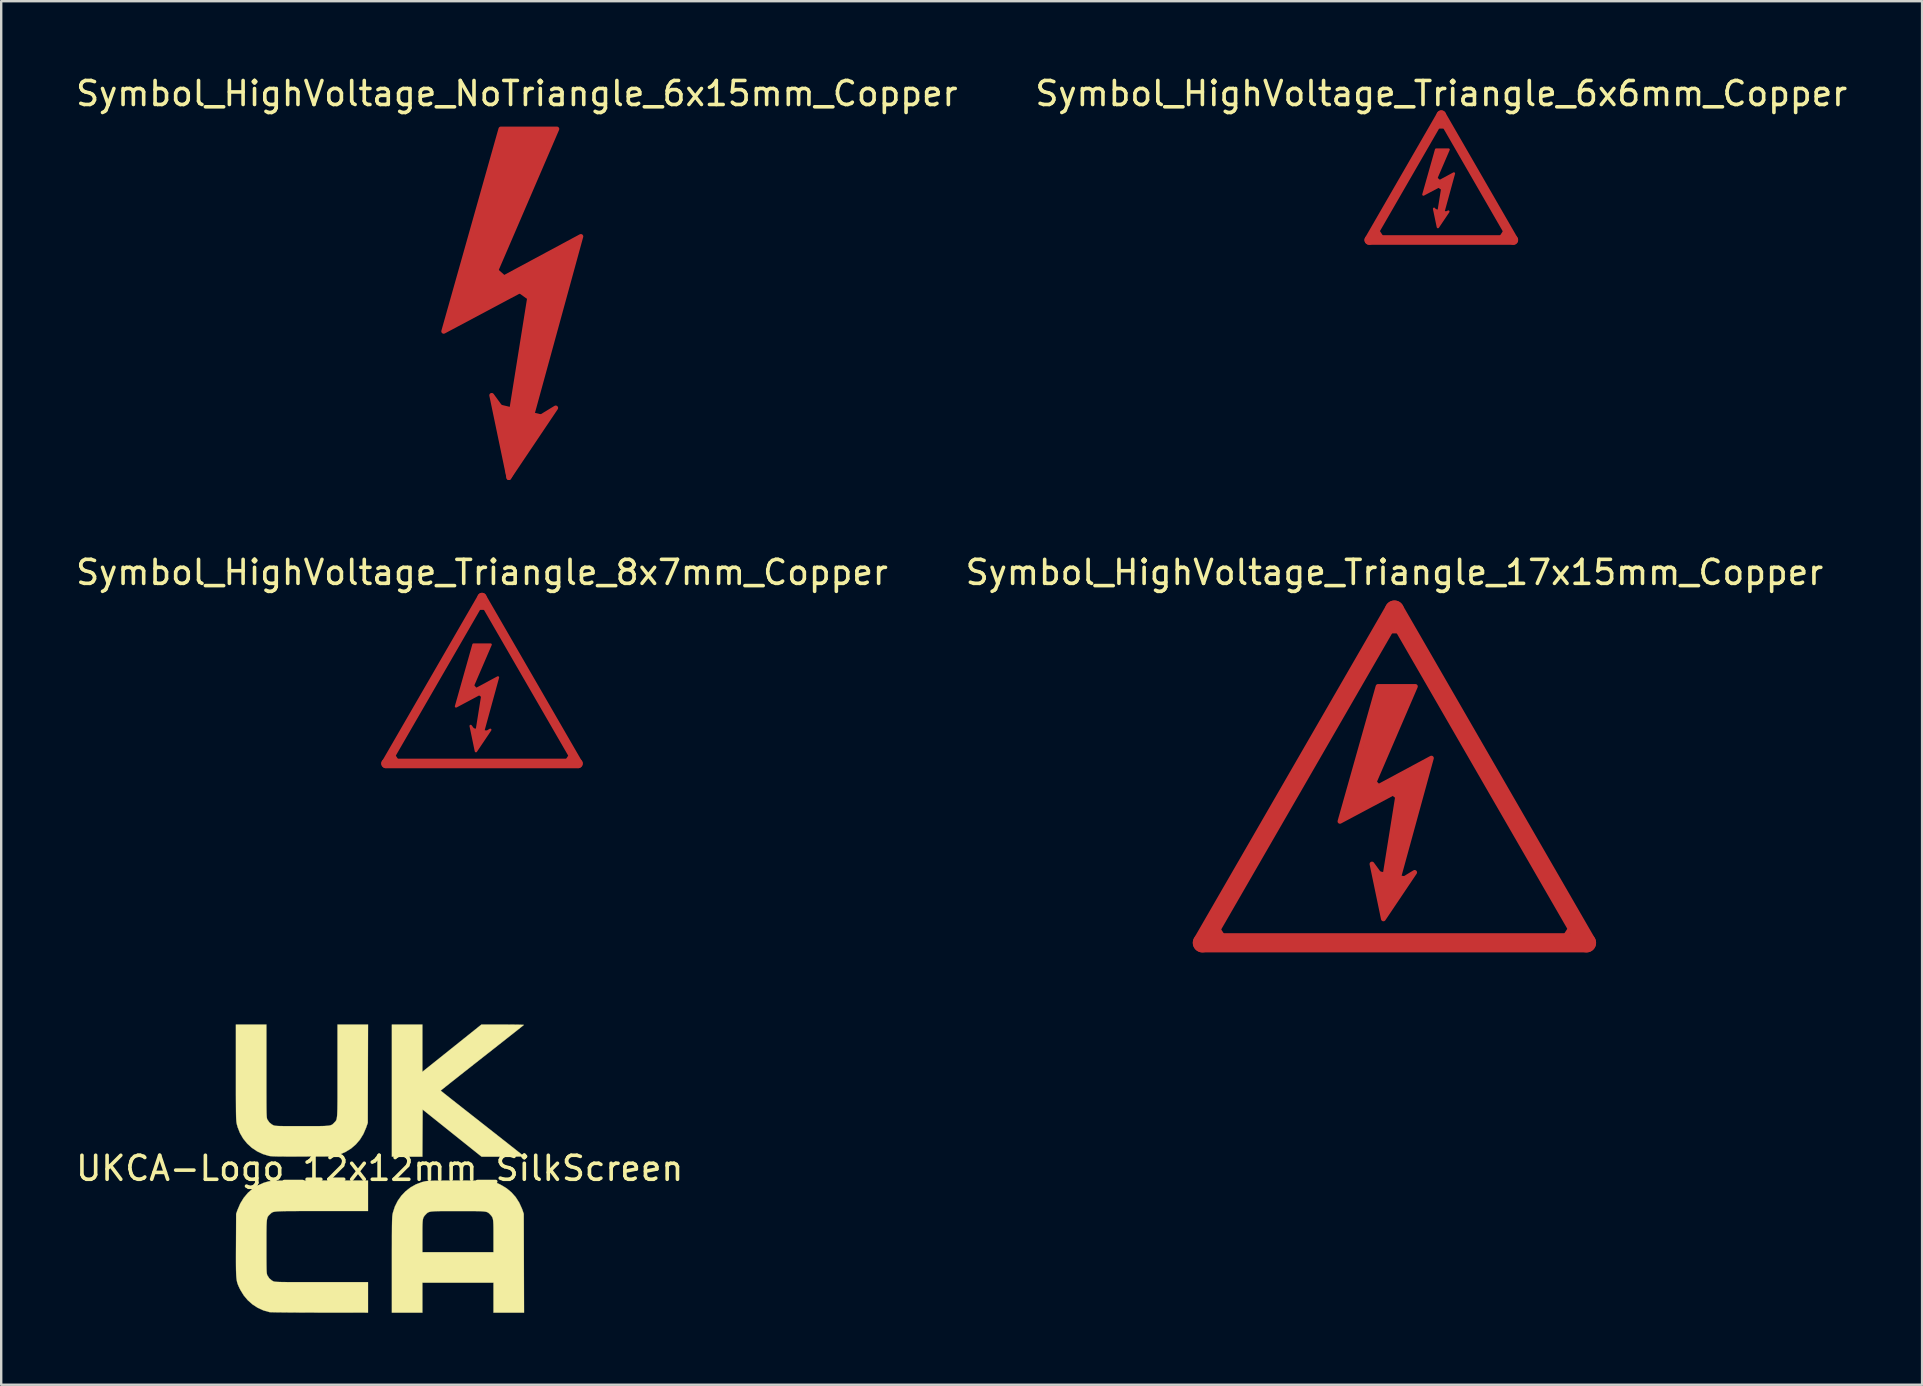
<source format=kicad_pcb>
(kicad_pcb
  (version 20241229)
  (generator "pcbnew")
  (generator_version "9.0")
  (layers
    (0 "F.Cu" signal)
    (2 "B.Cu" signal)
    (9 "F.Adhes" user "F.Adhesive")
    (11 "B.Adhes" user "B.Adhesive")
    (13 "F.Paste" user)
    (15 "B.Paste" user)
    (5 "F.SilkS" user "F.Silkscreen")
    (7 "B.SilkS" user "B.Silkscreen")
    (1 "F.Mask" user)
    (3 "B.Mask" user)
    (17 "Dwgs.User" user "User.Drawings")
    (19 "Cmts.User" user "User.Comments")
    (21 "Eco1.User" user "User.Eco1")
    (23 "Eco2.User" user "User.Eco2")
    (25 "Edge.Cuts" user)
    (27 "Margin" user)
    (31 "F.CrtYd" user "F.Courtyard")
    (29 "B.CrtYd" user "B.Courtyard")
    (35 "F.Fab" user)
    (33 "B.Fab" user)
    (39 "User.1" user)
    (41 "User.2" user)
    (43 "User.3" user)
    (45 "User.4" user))
  (footprint "Symbol_HighVoltage_NoTriangle_6x15mm_Copper"
    (layer "F.Cu")
    (at 18.482 9.348)
    (property "Reference" "Symbol_HighVoltage_NoTriangle_6x15mm_Copper" (at 0 -8.5 0) (layer "F.SilkS") (effects (font (size 1 1) (thickness 0.15))))
    (attr exclude_from_pos_files exclude_from_bom allow_missing_courtyard)
    (fp_poly (pts (xy -0.77 4.54) (xy 1.07 4.98) (xy -0.333 7.501)) (stroke (width 0.2) (type solid)) (fill yes) (layer "F.Cu"))
    (fp_poly (pts (xy 0.619 -0.548) (xy 0.13 -0.28) (xy 0.55 0.02)) (stroke (width 0.2) (type solid)) (fill yes) (layer "F.Cu"))
    (fp_poly (pts (xy -0.88 -1.14) (xy -1.143 -0.5) (xy -0.52 -0.81) (xy -0.89 -1.14)) (stroke (width 0.2) (type solid)) (fill yes) (layer "F.Cu"))
    (fp_poly (pts (xy -1.143 -0.5) (xy 2.667 -2.548) (xy 0.524 5.263) (xy 1.619 4.596) (xy -0.333 7.501) (xy -1.048 4.072) (xy -0.286 5.12) (xy 0.619 -0.548) (xy -3.048 1.405) (xy -0.667 -7.025) (xy 1.667 -7.025)) (stroke (width 0.2) (type solid)) (fill yes) (layer "F.Cu")))
  (footprint "Symbol_HighVoltage_Triangle_8x7mm_Copper"
    (layer "F.Cu")
    (at 17.03 25.297)
    (property "Reference" "Symbol_HighVoltage_Triangle_8x7mm_Copper" (at 0 -4.5 0) (layer "F.SilkS") (effects (font (size 1 1) (thickness 0.15))))
    (attr exclude_from_pos_files exclude_from_bom allow_missing_courtyard)
    (fp_line (start -4 3.46) (end 0 -3.46) (stroke (width 0.381) (type solid)) (layer "F.Cu"))
    (fp_line (start -3.51 3.44) (end -3.776 3.031) (stroke (width 0.2) (type default)) (layer "F.Cu"))
    (fp_line (start -0.45 0.215) (end -0.24 0.44) (stroke (width 0.2) (type default)) (layer "F.Cu"))
    (fp_line (start -0.34 2.095) (end 0.17 2.185) (stroke (width 0.2) (type default)) (layer "F.Cu"))
    (fp_line (start -0.15 -3.04) (end 0.16 -3.04) (stroke (width 0.2) (type default)) (layer "F.Cu"))
    (fp_line (start -0.133 0.479) (end 0.113 0.681) (stroke (width 0.2) (type default)) (layer "F.Cu"))
    (fp_line (start 0 -3.46) (end 4 3.46) (stroke (width 0.381) (type solid)) (layer "F.Cu"))
    (fp_line (start 3.51 3.44) (end 3.776 3.031) (stroke (width 0.2) (type default)) (layer "F.Cu"))
    (fp_line (start 4 3.46) (end -4 3.46) (stroke (width 0.4) (type solid)) (layer "F.Cu"))
    (fp_poly (pts (xy -0.5 0.5) (xy 0.664 -0.126) (xy 0.009 2.261) (xy 0.344 2.057) (xy -0.253 2.945) (xy -0.471 1.897) (xy -0.238 2.217) (xy 0.038 0.485) (xy -1.082 1.082) (xy -0.354 -1.494) (xy 0.359 -1.494)) (stroke (width 0.1) (type solid)) (fill yes) (layer "F.Cu")))
  (footprint "Symbol_HighVoltage_Triangle_6x6mm_Copper"
    (layer "F.Cu")
    (at 56.994 4.348)
    (property "Reference" "Symbol_HighVoltage_Triangle_6x6mm_Copper" (at 0 -3.5 0) (layer "F.SilkS") (effects (font (size 1 1) (thickness 0.15))))
    (attr exclude_from_pos_files exclude_from_bom allow_missing_courtyard)
    (fp_line (start -3 2.6) (end 0 -2.6) (stroke (width 0.4) (type solid)) (layer "F.Cu"))
    (fp_line (start -2.457 2.565) (end -2.723 2.155) (stroke (width 0.2) (type default)) (layer "F.Cu"))
    (fp_line (start -0.28 0.03) (end -0.08 0.21) (stroke (width 0.2) (type default)) (layer "F.Cu"))
    (fp_line (start -0.26 1.36) (end 0.21 1.46) (stroke (width 0.102) (type default)) (layer "F.Cu"))
    (fp_line (start -0.135 0.295) (end 0.115 0.465) (stroke (width 0.2) (type default)) (layer "F.Cu"))
    (fp_line (start -0.125 -2.14) (end 0.125 -2.14) (stroke (width 0.2) (type default)) (layer "F.Cu"))
    (fp_line (start 0 -2.6) (end 3 2.6) (stroke (width 0.4) (type solid)) (layer "F.Cu"))
    (fp_line (start 2.467 2.565) (end 2.733 2.155) (stroke (width 0.2) (type default)) (layer "F.Cu"))
    (fp_line (start 3 2.6) (end -3 2.6) (stroke (width 0.4) (type solid)) (layer "F.Cu"))
    (fp_poly (pts (xy -0.321 0.284) (xy 0.525 -0.171) (xy 0.049 1.565) (xy 0.293 1.416) (xy -0.141 2.062) (xy -0.3 1.3) (xy -0.131 1.533) (xy 0.07 0.273) (xy -0.745 0.707) (xy -0.215 -1.166) (xy 0.303 -1.166)) (stroke (width 0.1) (type solid)) (fill yes) (layer "F.Cu")))
  (footprint "Symbol_HighVoltage_Triangle_17x15mm_Copper"
    (layer "F.Cu")
    (at 55.042 29.297)
    (property "Reference" "Symbol_HighVoltage_Triangle_17x15mm_Copper" (at 0 -8.5 0) (layer "F.SilkS") (effects (font (size 1 1) (thickness 0.15))))
    (attr exclude_from_pos_files exclude_from_bom allow_missing_courtyard)
    (fp_line (start -8 6.93) (end 0 -6.93) (stroke (width 0.8) (type solid)) (layer "F.Cu"))
    (fp_line (start -7.127 6.695) (end -7.393 6.285) (stroke (width 0.2) (type default)) (layer "F.Cu"))
    (fp_line (start -0.91 0.16) (end -0.63 0.47) (stroke (width 0.2) (type default)) (layer "F.Cu"))
    (fp_line (start -0.64 4.05) (end 0.48 4.27) (stroke (width 0.2) (type default)) (layer "F.Cu"))
    (fp_line (start -0.63 0.47) (end -0.1 0.66) (stroke (width 0.2) (type default)) (layer "F.Cu"))
    (fp_line (start -0.26 -6.06) (end 0.26 -6.06) (stroke (width 0.2) (type default)) (layer "F.Cu"))
    (fp_line (start -0.1 0.66) (end 0.24 0.93) (stroke (width 0.2) (type default)) (layer "F.Cu"))
    (fp_line (start 7.107 6.675) (end 7.373 6.265) (stroke (width 0.2) (type default)) (layer "F.Cu"))
    (fp_line (start 8 6.93) (end -8 6.93) (stroke (width 0.8) (type solid)) (layer "F.Cu"))
    (fp_line (start 8 6.93) (end 0 -6.93) (stroke (width 0.8) (type solid)) (layer "F.Cu"))
    (fp_poly (pts (xy -1 0.6) (xy 1.54 -0.765) (xy 0.111 4.442) (xy 0.842 3.997) (xy -0.46 5.934) (xy -0.936 3.648) (xy -0.428 4.346) (xy 0.175 0.568) (xy -2.27 1.87) (xy -0.683 -3.75) (xy 0.873 -3.75)) (stroke (width 0.2) (type solid)) (fill yes) (layer "F.Cu")))
  (footprint "UKCA-Logo_12x12mm_SilkScreen"
    (layer "F.Cu")
    (at 12.768 45.623)
    (property "Reference" "UKCA-Logo_12x12mm_SilkScreen" (at 0 0 0) (layer "F.SilkS") (effects (font (size 1 1) (thickness 0.15))))
    (attr exclude_from_pos_files exclude_from_bom allow_missing_courtyard)
    (fp_poly (pts (xy 1.778 -4.021) (xy 3.008 -5.006) (xy 4.238 -5.99) (xy 5.126 -5.99) (xy 5.315 -5.99) (xy 5.49 -5.989) (xy 5.646 -5.987) (xy 5.779 -5.985) (xy 5.885 -5.982) (xy 5.96 -5.979) (xy 5.999 -5.976) (xy 6.004 -5.974) (xy 5.986 -5.959) (xy 5.938 -5.92) (xy 5.86 -5.858) (xy 5.755 -5.775) (xy 5.627 -5.673) (xy 5.475 -5.554) (xy 5.304 -5.419) (xy 5.115 -5.27) (xy 4.91 -5.109) (xy 4.692 -4.937) (xy 4.463 -4.757) (xy 4.268 -4.604) (xy 4.031 -4.418) (xy 3.804 -4.239) (xy 3.589 -4.07) (xy 3.387 -3.911) (xy 3.202 -3.765) (xy 3.035 -3.633) (xy 2.889 -3.517) (xy 2.765 -3.419) (xy 2.667 -3.34) (xy 2.595 -3.283) (xy 2.553 -3.248) (xy 2.542 -3.239) (xy 2.558 -3.224) (xy 2.606 -3.186) (xy 2.682 -3.124) (xy 2.786 -3.042) (xy 2.913 -2.941) (xy 3.063 -2.823) (xy 3.234 -2.688) (xy 3.422 -2.54) (xy 3.626 -2.38) (xy 3.843 -2.209) (xy 4.072 -2.03) (xy 4.257 -1.884) (xy 4.494 -1.698) (xy 4.721 -1.52) (xy 4.937 -1.35) (xy 5.139 -1.191) (xy 5.325 -1.045) (xy 5.493 -0.912) (xy 5.641 -0.796) (xy 5.766 -0.697) (xy 5.866 -0.617) (xy 5.939 -0.559) (xy 5.982 -0.524) (xy 5.994 -0.513) (xy 5.992 -0.507) (xy 5.972 -0.501) (xy 5.93 -0.497) (xy 5.863 -0.493) (xy 5.768 -0.491) (xy 5.643 -0.489) (xy 5.484 -0.488) (xy 5.287 -0.487) (xy 5.13 -0.487) (xy 4.244 -0.487) (xy 3.016 -1.469) (xy 1.789 -2.451) (xy 1.783 -1.469) (xy 1.778 -0.487) (xy 0.508 -0.487) (xy 0.508 -5.99) (xy 1.778 -5.99) (xy 1.778 -4.021)) (stroke (width 0.01) (type solid)) (fill yes) (layer "F.SilkS"))
    (fp_poly (pts (xy -4.72 -4.053) (xy -4.72 -3.722) (xy -4.72 -3.432) (xy -4.72 -3.179) (xy -4.719 -2.959) (xy -4.719 -2.772) (xy -4.718 -2.613) (xy -4.717 -2.481) (xy -4.715 -2.373) (xy -4.713 -2.285) (xy -4.71 -2.216) (xy -4.707 -2.162) (xy -4.703 -2.122) (xy -4.698 -2.091) (xy -4.693 -2.068) (xy -4.687 -2.051) (xy -4.679 -2.035) (xy -4.676 -2.028) (xy -4.595 -1.911) (xy -4.486 -1.824) (xy -4.434 -1.797) (xy -4.413 -1.788) (xy -4.389 -1.781) (xy -4.356 -1.775) (xy -4.313 -1.77) (xy -4.255 -1.766) (xy -4.179 -1.763) (xy -4.081 -1.761) (xy -3.957 -1.759) (xy -3.804 -1.759) (xy -3.618 -1.758) (xy -3.396 -1.758) (xy -3.239 -1.758) (xy -2.983 -1.758) (xy -2.766 -1.758) (xy -2.584 -1.759) (xy -2.433 -1.761) (xy -2.311 -1.764) (xy -2.213 -1.77) (xy -2.135 -1.777) (xy -2.075 -1.787) (xy -2.028 -1.801) (xy -1.991 -1.817) (xy -1.961 -1.838) (xy -1.933 -1.863) (xy -1.905 -1.892) (xy -1.89 -1.908) (xy -1.868 -1.931) (xy -1.848 -1.951) (xy -1.831 -1.972) (xy -1.816 -1.996) (xy -1.803 -2.025) (xy -1.793 -2.063) (xy -1.784 -2.111) (xy -1.776 -2.173) (xy -1.77 -2.251) (xy -1.766 -2.349) (xy -1.762 -2.467) (xy -1.76 -2.61) (xy -1.758 -2.78) (xy -1.757 -2.979) (xy -1.757 -3.211) (xy -1.757 -3.477) (xy -1.757 -3.78) (xy -1.757 -4.063) (xy -1.757 -5.99) (xy -0.486 -5.99) (xy -0.492 -3.942) (xy -0.497 -1.894) (xy -0.567 -1.693) (xy -0.679 -1.432) (xy -0.821 -1.2) (xy -0.994 -0.997) (xy -1.196 -0.824) (xy -1.429 -0.681) (xy -1.69 -0.569) (xy -1.694 -0.567) (xy -1.894 -0.497) (xy -3.186 -0.493) (xy -3.465 -0.493) (xy -3.705 -0.492) (xy -3.908 -0.493) (xy -4.08 -0.494) (xy -4.221 -0.495) (xy -4.336 -0.498) (xy -4.428 -0.501) (xy -4.5 -0.505) (xy -4.556 -0.51) (xy -4.597 -0.516) (xy -4.612 -0.519) (xy -4.871 -0.597) (xy -5.11 -0.711) (xy -5.328 -0.858) (xy -5.521 -1.034) (xy -5.686 -1.238) (xy -5.819 -1.465) (xy -5.917 -1.713) (xy -5.948 -1.826) (xy -5.955 -1.857) (xy -5.961 -1.889) (xy -5.967 -1.924) (xy -5.971 -1.966) (xy -5.975 -2.017) (xy -5.979 -2.08) (xy -5.982 -2.157) (xy -5.984 -2.252) (xy -5.986 -2.368) (xy -5.987 -2.506) (xy -5.988 -2.67) (xy -5.989 -2.862) (xy -5.99 -3.085) (xy -5.99 -3.342) (xy -5.99 -3.636) (xy -5.99 -3.97) (xy -5.99 -3.995) (xy -5.99 -5.99) (xy -4.72 -5.99) (xy -4.72 -4.053)) (stroke (width 0.01) (type solid)) (fill yes) (layer "F.SilkS"))
    (fp_poly (pts (xy 3.554 0.508) (xy 3.795 0.509) (xy 4 0.51) (xy 4.175 0.513) (xy 4.323 0.517) (xy 4.447 0.523) (xy 4.552 0.532) (xy 4.64 0.543) (xy 4.717 0.557) (xy 4.785 0.575) (xy 4.849 0.597) (xy 4.911 0.623) (xy 4.977 0.653) (xy 5.048 0.688) (xy 5.282 0.828) (xy 5.488 0.999) (xy 5.666 1.2) (xy 5.813 1.43) (xy 5.93 1.687) (xy 5.951 1.746) (xy 6.001 1.894) (xy 6.007 3.953) (xy 6.013 6.011) (xy 4.741 6.011) (xy 4.741 4.763) (xy 1.778 4.763) (xy 1.778 6.011) (xy 0.508 6.011) (xy 0.508 4.016) (xy 0.508 3.68) (xy 0.508 3.383) (xy 0.509 3.124) (xy 0.509 2.898) (xy 0.509 2.814) (xy 1.778 2.814) (xy 1.778 3.493) (xy 4.741 3.493) (xy 4.741 2.825) (xy 4.741 2.626) (xy 4.74 2.464) (xy 4.737 2.335) (xy 4.732 2.233) (xy 4.724 2.154) (xy 4.711 2.093) (xy 4.695 2.045) (xy 4.673 2.006) (xy 4.645 1.969) (xy 4.61 1.931) (xy 4.608 1.929) (xy 4.578 1.897) (xy 4.55 1.87) (xy 4.521 1.848) (xy 4.488 1.829) (xy 4.446 1.814) (xy 4.393 1.803) (xy 4.324 1.794) (xy 4.236 1.788) (xy 4.125 1.783) (xy 3.988 1.781) (xy 3.821 1.779) (xy 3.62 1.779) (xy 3.383 1.779) (xy 3.26 1.779) (xy 3.004 1.779) (xy 2.787 1.779) (xy 2.605 1.78) (xy 2.454 1.782) (xy 2.332 1.786) (xy 2.234 1.791) (xy 2.156 1.798) (xy 2.096 1.809) (xy 2.049 1.822) (xy 2.012 1.839) (xy 1.982 1.859) (xy 1.954 1.884) (xy 1.926 1.914) (xy 1.911 1.929) (xy 1.876 1.967) (xy 1.848 2.004) (xy 1.826 2.043) (xy 1.809 2.09) (xy 1.796 2.151) (xy 1.788 2.228) (xy 1.782 2.329) (xy 1.779 2.457) (xy 1.778 2.617) (xy 1.778 2.814) (xy 0.509 2.814) (xy 0.51 2.704) (xy 0.511 2.538) (xy 0.512 2.398) (xy 0.514 2.281) (xy 0.516 2.185) (xy 0.519 2.106) (xy 0.522 2.042) (xy 0.526 1.99) (xy 0.531 1.948) (xy 0.536 1.912) (xy 0.543 1.88) (xy 0.55 1.85) (xy 0.55 1.847) (xy 0.632 1.592) (xy 0.75 1.357) (xy 0.9 1.143) (xy 1.079 0.955) (xy 1.284 0.795) (xy 1.511 0.667) (xy 1.757 0.574) (xy 1.89 0.541) (xy 1.93 0.534) (xy 1.979 0.528) (xy 2.038 0.523) (xy 2.113 0.519) (xy 2.205 0.515) (xy 2.32 0.513) (xy 2.46 0.511) (xy 2.629 0.509) (xy 2.831 0.509) (xy 3.068 0.508) (xy 3.275 0.508) (xy 3.554 0.508)) (stroke (width 0.01) (type solid)) (fill yes) (layer "F.SilkS"))
    (fp_poly (pts (xy -0.487 1.778) (xy -2.414 1.778) (xy -2.751 1.778) (xy -3.048 1.778) (xy -3.308 1.778) (xy -3.534 1.779) (xy -3.728 1.78) (xy -3.893 1.781) (xy -4.031 1.784) (xy -4.146 1.788) (xy -4.24 1.792) (xy -4.315 1.798) (xy -4.375 1.806) (xy -4.421 1.815) (xy -4.458 1.827) (xy -4.486 1.84) (xy -4.509 1.855) (xy -4.529 1.873) (xy -4.55 1.893) (xy -4.569 1.911) (xy -4.601 1.942) (xy -4.628 1.969) (xy -4.651 1.998) (xy -4.669 2.031) (xy -4.684 2.073) (xy -4.695 2.127) (xy -4.704 2.196) (xy -4.71 2.284) (xy -4.715 2.395) (xy -4.717 2.532) (xy -4.719 2.699) (xy -4.719 2.899) (xy -4.719 3.137) (xy -4.719 3.26) (xy -4.719 3.506) (xy -4.719 3.713) (xy -4.718 3.886) (xy -4.717 4.027) (xy -4.715 4.14) (xy -4.713 4.229) (xy -4.71 4.298) (xy -4.706 4.35) (xy -4.7 4.389) (xy -4.694 4.419) (xy -4.686 4.443) (xy -4.678 4.461) (xy -4.603 4.578) (xy -4.493 4.671) (xy -4.441 4.701) (xy -4.426 4.708) (xy -4.408 4.714) (xy -4.385 4.719) (xy -4.354 4.724) (xy -4.313 4.728) (xy -4.258 4.731) (xy -4.186 4.734) (xy -4.096 4.736) (xy -3.985 4.738) (xy -3.85 4.739) (xy -3.688 4.74) (xy -3.497 4.741) (xy -3.273 4.741) (xy -3.015 4.741) (xy -2.72 4.741) (xy -2.424 4.741) (xy -0.487 4.741) (xy -0.487 6.011) (xy -2.492 6.009) (xy -2.782 6.008) (xy -3.061 6.008) (xy -3.327 6.006) (xy -3.576 6.005) (xy -3.805 6.003) (xy -4.011 6.001) (xy -4.19 5.999) (xy -4.341 5.997) (xy -4.459 5.994) (xy -4.542 5.992) (xy -4.587 5.989) (xy -4.592 5.988) (xy -4.843 5.918) (xy -5.08 5.81) (xy -5.3 5.667) (xy -5.496 5.493) (xy -5.665 5.291) (xy -5.803 5.065) (xy -5.812 5.048) (xy -5.847 4.977) (xy -5.877 4.914) (xy -5.902 4.854) (xy -5.924 4.794) (xy -5.942 4.73) (xy -5.956 4.659) (xy -5.967 4.577) (xy -5.975 4.48) (xy -5.981 4.365) (xy -5.985 4.228) (xy -5.987 4.066) (xy -5.988 3.875) (xy -5.988 3.65) (xy -5.987 3.39) (xy -5.986 3.204) (xy -5.98 1.894) (xy -5.92 1.725) (xy -5.807 1.463) (xy -5.664 1.229) (xy -5.492 1.023) (xy -5.295 0.849) (xy -5.073 0.708) (xy -4.828 0.601) (xy -4.657 0.551) (xy -4.625 0.544) (xy -4.593 0.538) (xy -4.559 0.532) (xy -4.518 0.527) (xy -4.469 0.523) (xy -4.408 0.52) (xy -4.333 0.517) (xy -4.242 0.514) (xy -4.13 0.513) (xy -3.997 0.511) (xy -3.838 0.51) (xy -3.652 0.509) (xy -3.434 0.509) (xy -3.184 0.508) (xy -2.897 0.508) (xy -2.572 0.508) (xy -2.482 0.508) (xy -0.487 0.508) (xy -0.487 1.778)) (stroke (width 0.01) (type solid)) (fill yes) (layer "F.SilkS")))
  (gr_rect
    (start -3 -3)
    (end 77.024 54.639)
    (stroke (width 0.1) (type default))
    (fill no)
    (layer "Edge.Cuts")))
</source>
